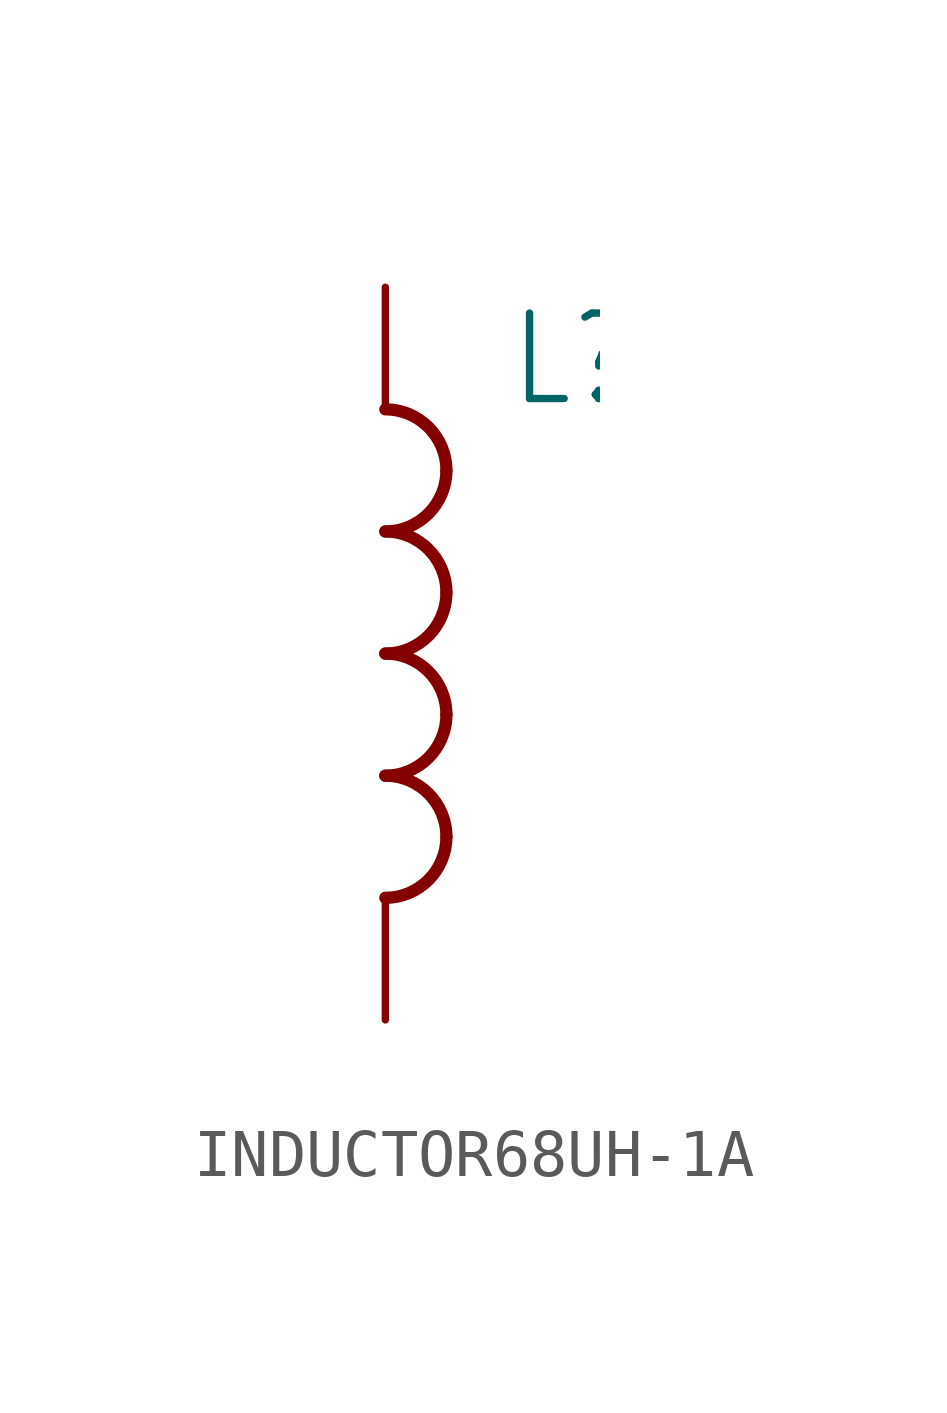
<source format=kicad_sym>
(kicad_symbol_lib
  (version 20220914)
  (generator kicad_symbol_editor)
  (symbol "INDUCTOR68UH-1A"
    (property "Reference" "L"
      (at 2.54 5.08 0)
      (effects (font (size 1.778 1.511)) (justify left bottom)))
    (property "Value" ""
      (at 2.54 -5.08 0)
      (effects (font (size 1.778 1.511)) (justify left bottom)))
    (property "ki_locked" ""
      (at 0 0 0)
      (effects (font (size 1.27 1.27))))
    (symbol "INDUCTOR68UH-1A_1_0"
      (arc (start 0 -5.08) (mid 0.898 -4.708) (end 1.27 -3.81) (stroke (width 0.254) (type solid)) (fill (type none)))
      (arc (start 0 -2.54) (mid 0.898 -2.168) (end 1.27 -1.27) (stroke (width 0.254) (type solid)) (fill (type none)))
      (arc (start 0 0) (mid 0.898 0.372) (end 1.27 1.27) (stroke (width 0.254) (type solid)) (fill (type none)))
      (arc (start 0 2.54) (mid 0.898 2.912) (end 1.27 3.81) (stroke (width 0.254) (type solid)) (fill (type none)))
      (arc (start 1.27 -3.81) (mid 0.898 -2.912) (end 0 -2.54) (stroke (width 0.254) (type solid)) (fill (type none)))
      (arc (start 1.27 -1.27) (mid 0.898 -0.372) (end 0 0) (stroke (width 0.254) (type solid)) (fill (type none)))
      (arc (start 1.27 1.27) (mid 0.898 2.168) (end 0 2.54) (stroke (width 0.254) (type solid)) (fill (type none)))
      (arc (start 1.27 3.81) (mid 0.898 4.708) (end 0 5.08) (stroke (width 0.254) (type solid)) (fill (type none)))
      (pin passive line (at 0 7.62 270) (length 2.54) (name "1" (effects (font (size 0 0)))) (number "P$1" (effects (font (size 0 0)))))
      (pin passive line (at 0 -7.62 90) (length 2.54) (name "2" (effects (font (size 0 0)))) (number "P$2" (effects (font (size 0 0))))))))
</source>
